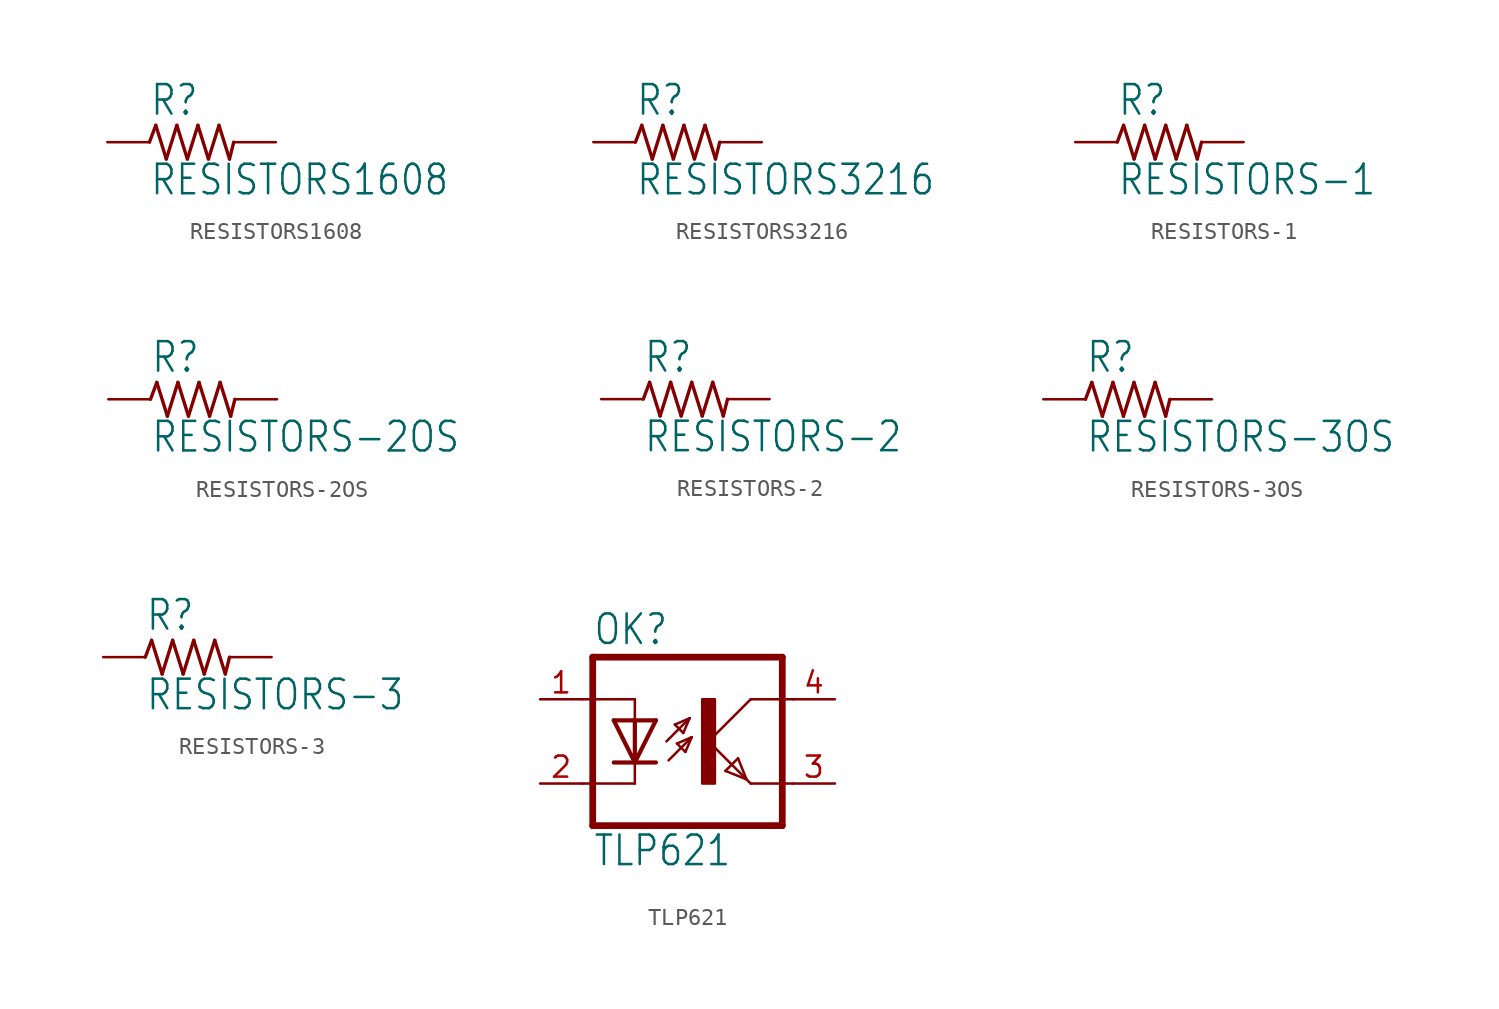
<source format=kicad_sym>
(kicad_symbol_lib
  (version 20211014)
  (generator kicad_symbol_editor)
  (symbol "RESISTORS1608"
    (property "Reference" "R"
      (at -2.54 1.499 0)
      (effects (font (size 1.778 1.511)) (justify left bottom)))
    (property "Value" "RESISTORS1608"
      (at -2.54 -3.302 0)
      (effects (font (size 1.778 1.511)) (justify left bottom)))
    (property "ki_locked" ""
      (at 0 0 0)
      (effects (font (size 1.27 1.27))))
    (symbol "RESISTORS1608_1_0"
      (polyline (pts (xy -2.54 0) (xy -2.159 1.016)) (stroke (width 0.203) (type default) (color 0 0 0 0)) (fill (type none)))
      (polyline (pts (xy -2.159 1.016) (xy -1.524 -1.016)) (stroke (width 0.203) (type default) (color 0 0 0 0)) (fill (type none)))
      (polyline (pts (xy -1.524 -1.016) (xy -0.889 1.016)) (stroke (width 0.203) (type default) (color 0 0 0 0)) (fill (type none)))
      (polyline (pts (xy -0.889 1.016) (xy -0.254 -1.016)) (stroke (width 0.203) (type default) (color 0 0 0 0)) (fill (type none)))
      (polyline (pts (xy -0.254 -1.016) (xy 0.381 1.016)) (stroke (width 0.203) (type default) (color 0 0 0 0)) (fill (type none)))
      (polyline (pts (xy 0.381 1.016) (xy 1.016 -1.016)) (stroke (width 0.203) (type default) (color 0 0 0 0)) (fill (type none)))
      (polyline (pts (xy 1.016 -1.016) (xy 1.651 1.016)) (stroke (width 0.203) (type default) (color 0 0 0 0)) (fill (type none)))
      (polyline (pts (xy 1.651 1.016) (xy 2.286 -1.016)) (stroke (width 0.203) (type default) (color 0 0 0 0)) (fill (type none)))
      (polyline (pts (xy 2.286 -1.016) (xy 2.54 0)) (stroke (width 0.203) (type default) (color 0 0 0 0)) (fill (type none)))
      (pin passive line (at -5.08 0 0) (length 2.54) (name "1" (effects (font (size 0 0)))) (number "P$1" (effects (font (size 0 0)))))
      (pin passive line (at 5.08 0 180) (length 2.54) (name "2" (effects (font (size 0 0)))) (number "P$2" (effects (font (size 0 0)))))))
  (symbol "RESISTORS3216"
    (property "Reference" "R"
      (at -2.54 1.499 0)
      (effects (font (size 1.778 1.511)) (justify left bottom)))
    (property "Value" "RESISTORS3216"
      (at -2.54 -3.302 0)
      (effects (font (size 1.778 1.511)) (justify left bottom)))
    (property "ki_locked" ""
      (at 0 0 0)
      (effects (font (size 1.27 1.27))))
    (symbol "RESISTORS3216_1_0"
      (polyline (pts (xy -2.54 0) (xy -2.159 1.016)) (stroke (width 0.203) (type default) (color 0 0 0 0)) (fill (type none)))
      (polyline (pts (xy -2.159 1.016) (xy -1.524 -1.016)) (stroke (width 0.203) (type default) (color 0 0 0 0)) (fill (type none)))
      (polyline (pts (xy -1.524 -1.016) (xy -0.889 1.016)) (stroke (width 0.203) (type default) (color 0 0 0 0)) (fill (type none)))
      (polyline (pts (xy -0.889 1.016) (xy -0.254 -1.016)) (stroke (width 0.203) (type default) (color 0 0 0 0)) (fill (type none)))
      (polyline (pts (xy -0.254 -1.016) (xy 0.381 1.016)) (stroke (width 0.203) (type default) (color 0 0 0 0)) (fill (type none)))
      (polyline (pts (xy 0.381 1.016) (xy 1.016 -1.016)) (stroke (width 0.203) (type default) (color 0 0 0 0)) (fill (type none)))
      (polyline (pts (xy 1.016 -1.016) (xy 1.651 1.016)) (stroke (width 0.203) (type default) (color 0 0 0 0)) (fill (type none)))
      (polyline (pts (xy 1.651 1.016) (xy 2.286 -1.016)) (stroke (width 0.203) (type default) (color 0 0 0 0)) (fill (type none)))
      (polyline (pts (xy 2.286 -1.016) (xy 2.54 0)) (stroke (width 0.203) (type default) (color 0 0 0 0)) (fill (type none)))
      (pin passive line (at -5.08 0 0) (length 2.54) (name "1" (effects (font (size 0 0)))) (number "1" (effects (font (size 0 0)))))
      (pin passive line (at 5.08 0 180) (length 2.54) (name "2" (effects (font (size 0 0)))) (number "2" (effects (font (size 0 0)))))))
  (symbol "RESISTORS-1"
    (property "Reference" "R"
      (at -2.54 1.499 0)
      (effects (font (size 1.778 1.511)) (justify left bottom)))
    (property "Value" "RESISTORS-1"
      (at -2.54 -3.302 0)
      (effects (font (size 1.778 1.511)) (justify left bottom)))
    (property "ki_locked" ""
      (at 0 0 0)
      (effects (font (size 1.27 1.27))))
    (symbol "RESISTORS-1_1_0"
      (polyline (pts (xy -2.54 0) (xy -2.159 1.016)) (stroke (width 0.203) (type default) (color 0 0 0 0)) (fill (type none)))
      (polyline (pts (xy -2.159 1.016) (xy -1.524 -1.016)) (stroke (width 0.203) (type default) (color 0 0 0 0)) (fill (type none)))
      (polyline (pts (xy -1.524 -1.016) (xy -0.889 1.016)) (stroke (width 0.203) (type default) (color 0 0 0 0)) (fill (type none)))
      (polyline (pts (xy -0.889 1.016) (xy -0.254 -1.016)) (stroke (width 0.203) (type default) (color 0 0 0 0)) (fill (type none)))
      (polyline (pts (xy -0.254 -1.016) (xy 0.381 1.016)) (stroke (width 0.203) (type default) (color 0 0 0 0)) (fill (type none)))
      (polyline (pts (xy 0.381 1.016) (xy 1.016 -1.016)) (stroke (width 0.203) (type default) (color 0 0 0 0)) (fill (type none)))
      (polyline (pts (xy 1.016 -1.016) (xy 1.651 1.016)) (stroke (width 0.203) (type default) (color 0 0 0 0)) (fill (type none)))
      (polyline (pts (xy 1.651 1.016) (xy 2.286 -1.016)) (stroke (width 0.203) (type default) (color 0 0 0 0)) (fill (type none)))
      (polyline (pts (xy 2.286 -1.016) (xy 2.54 0)) (stroke (width 0.203) (type default) (color 0 0 0 0)) (fill (type none)))
      (pin passive line (at -5.08 0 0) (length 2.54) (name "1" (effects (font (size 0 0)))) (number "1" (effects (font (size 0 0)))))
      (pin passive line (at 5.08 0 180) (length 2.54) (name "2" (effects (font (size 0 0)))) (number "2" (effects (font (size 0 0)))))))
  (symbol "RESISTORS-2OS"
    (property "Reference" "R"
      (at -2.54 1.499 0)
      (effects (font (size 1.778 1.511)) (justify left bottom)))
    (property "Value" "RESISTORS-2OS"
      (at -2.54 -3.302 0)
      (effects (font (size 1.778 1.511)) (justify left bottom)))
    (property "ki_locked" ""
      (at 0 0 0)
      (effects (font (size 1.27 1.27))))
    (symbol "RESISTORS-2OS_1_0"
      (polyline (pts (xy -2.54 0) (xy -2.159 1.016)) (stroke (width 0.203) (type default) (color 0 0 0 0)) (fill (type none)))
      (polyline (pts (xy -2.159 1.016) (xy -1.524 -1.016)) (stroke (width 0.203) (type default) (color 0 0 0 0)) (fill (type none)))
      (polyline (pts (xy -1.524 -1.016) (xy -0.889 1.016)) (stroke (width 0.203) (type default) (color 0 0 0 0)) (fill (type none)))
      (polyline (pts (xy -0.889 1.016) (xy -0.254 -1.016)) (stroke (width 0.203) (type default) (color 0 0 0 0)) (fill (type none)))
      (polyline (pts (xy -0.254 -1.016) (xy 0.381 1.016)) (stroke (width 0.203) (type default) (color 0 0 0 0)) (fill (type none)))
      (polyline (pts (xy 0.381 1.016) (xy 1.016 -1.016)) (stroke (width 0.203) (type default) (color 0 0 0 0)) (fill (type none)))
      (polyline (pts (xy 1.016 -1.016) (xy 1.651 1.016)) (stroke (width 0.203) (type default) (color 0 0 0 0)) (fill (type none)))
      (polyline (pts (xy 1.651 1.016) (xy 2.286 -1.016)) (stroke (width 0.203) (type default) (color 0 0 0 0)) (fill (type none)))
      (polyline (pts (xy 2.286 -1.016) (xy 2.54 0)) (stroke (width 0.203) (type default) (color 0 0 0 0)) (fill (type none)))
      (pin passive line (at -5.08 0 0) (length 2.54) (name "1" (effects (font (size 0 0)))) (number "2@" (effects (font (size 0 0)))))
      (pin passive line (at 5.08 0 180) (length 2.54) (name "2" (effects (font (size 0 0)))) (number "2@1" (effects (font (size 0 0)))))))
  (symbol "RESISTORS-2"
    (property "Reference" "R"
      (at -2.54 1.499 0)
      (effects (font (size 1.778 1.511)) (justify left bottom)))
    (property "Value" "RESISTORS-2"
      (at -2.54 -3.302 0)
      (effects (font (size 1.778 1.511)) (justify left bottom)))
    (property "ki_locked" ""
      (at 0 0 0)
      (effects (font (size 1.27 1.27))))
    (symbol "RESISTORS-2_1_0"
      (polyline (pts (xy -2.54 0) (xy -2.159 1.016)) (stroke (width 0.203) (type default) (color 0 0 0 0)) (fill (type none)))
      (polyline (pts (xy -2.159 1.016) (xy -1.524 -1.016)) (stroke (width 0.203) (type default) (color 0 0 0 0)) (fill (type none)))
      (polyline (pts (xy -1.524 -1.016) (xy -0.889 1.016)) (stroke (width 0.203) (type default) (color 0 0 0 0)) (fill (type none)))
      (polyline (pts (xy -0.889 1.016) (xy -0.254 -1.016)) (stroke (width 0.203) (type default) (color 0 0 0 0)) (fill (type none)))
      (polyline (pts (xy -0.254 -1.016) (xy 0.381 1.016)) (stroke (width 0.203) (type default) (color 0 0 0 0)) (fill (type none)))
      (polyline (pts (xy 0.381 1.016) (xy 1.016 -1.016)) (stroke (width 0.203) (type default) (color 0 0 0 0)) (fill (type none)))
      (polyline (pts (xy 1.016 -1.016) (xy 1.651 1.016)) (stroke (width 0.203) (type default) (color 0 0 0 0)) (fill (type none)))
      (polyline (pts (xy 1.651 1.016) (xy 2.286 -1.016)) (stroke (width 0.203) (type default) (color 0 0 0 0)) (fill (type none)))
      (polyline (pts (xy 2.286 -1.016) (xy 2.54 0)) (stroke (width 0.203) (type default) (color 0 0 0 0)) (fill (type none)))
      (pin passive line (at -5.08 0 0) (length 2.54) (name "1" (effects (font (size 0 0)))) (number "1" (effects (font (size 0 0)))))
      (pin passive line (at 5.08 0 180) (length 2.54) (name "2" (effects (font (size 0 0)))) (number "2" (effects (font (size 0 0)))))))
  (symbol "RESISTORS-3OS"
    (property "Reference" "R"
      (at -2.54 1.499 0)
      (effects (font (size 1.778 1.511)) (justify left bottom)))
    (property "Value" "RESISTORS-3OS"
      (at -2.54 -3.302 0)
      (effects (font (size 1.778 1.511)) (justify left bottom)))
    (property "ki_locked" ""
      (at 0 0 0)
      (effects (font (size 1.27 1.27))))
    (symbol "RESISTORS-3OS_1_0"
      (polyline (pts (xy -2.54 0) (xy -2.159 1.016)) (stroke (width 0.203) (type default) (color 0 0 0 0)) (fill (type none)))
      (polyline (pts (xy -2.159 1.016) (xy -1.524 -1.016)) (stroke (width 0.203) (type default) (color 0 0 0 0)) (fill (type none)))
      (polyline (pts (xy -1.524 -1.016) (xy -0.889 1.016)) (stroke (width 0.203) (type default) (color 0 0 0 0)) (fill (type none)))
      (polyline (pts (xy -0.889 1.016) (xy -0.254 -1.016)) (stroke (width 0.203) (type default) (color 0 0 0 0)) (fill (type none)))
      (polyline (pts (xy -0.254 -1.016) (xy 0.381 1.016)) (stroke (width 0.203) (type default) (color 0 0 0 0)) (fill (type none)))
      (polyline (pts (xy 0.381 1.016) (xy 1.016 -1.016)) (stroke (width 0.203) (type default) (color 0 0 0 0)) (fill (type none)))
      (polyline (pts (xy 1.016 -1.016) (xy 1.651 1.016)) (stroke (width 0.203) (type default) (color 0 0 0 0)) (fill (type none)))
      (polyline (pts (xy 1.651 1.016) (xy 2.286 -1.016)) (stroke (width 0.203) (type default) (color 0 0 0 0)) (fill (type none)))
      (polyline (pts (xy 2.286 -1.016) (xy 2.54 0)) (stroke (width 0.203) (type default) (color 0 0 0 0)) (fill (type none)))
      (pin passive line (at -5.08 0 0) (length 2.54) (name "1" (effects (font (size 0 0)))) (number "1" (effects (font (size 0 0)))))
      (pin passive line (at 5.08 0 180) (length 2.54) (name "2" (effects (font (size 0 0)))) (number "2" (effects (font (size 0 0)))))))
  (symbol "RESISTORS-3"
    (property "Reference" "R"
      (at -2.54 1.499 0)
      (effects (font (size 1.778 1.511)) (justify left bottom)))
    (property "Value" "RESISTORS-3"
      (at -2.54 -3.302 0)
      (effects (font (size 1.778 1.511)) (justify left bottom)))
    (property "ki_locked" ""
      (at 0 0 0)
      (effects (font (size 1.27 1.27))))
    (symbol "RESISTORS-3_1_0"
      (polyline (pts (xy -2.54 0) (xy -2.159 1.016)) (stroke (width 0.203) (type default) (color 0 0 0 0)) (fill (type none)))
      (polyline (pts (xy -2.159 1.016) (xy -1.524 -1.016)) (stroke (width 0.203) (type default) (color 0 0 0 0)) (fill (type none)))
      (polyline (pts (xy -1.524 -1.016) (xy -0.889 1.016)) (stroke (width 0.203) (type default) (color 0 0 0 0)) (fill (type none)))
      (polyline (pts (xy -0.889 1.016) (xy -0.254 -1.016)) (stroke (width 0.203) (type default) (color 0 0 0 0)) (fill (type none)))
      (polyline (pts (xy -0.254 -1.016) (xy 0.381 1.016)) (stroke (width 0.203) (type default) (color 0 0 0 0)) (fill (type none)))
      (polyline (pts (xy 0.381 1.016) (xy 1.016 -1.016)) (stroke (width 0.203) (type default) (color 0 0 0 0)) (fill (type none)))
      (polyline (pts (xy 1.016 -1.016) (xy 1.651 1.016)) (stroke (width 0.203) (type default) (color 0 0 0 0)) (fill (type none)))
      (polyline (pts (xy 1.651 1.016) (xy 2.286 -1.016)) (stroke (width 0.203) (type default) (color 0 0 0 0)) (fill (type none)))
      (polyline (pts (xy 2.286 -1.016) (xy 2.54 0)) (stroke (width 0.203) (type default) (color 0 0 0 0)) (fill (type none)))
      (pin passive line (at -5.08 0 0) (length 2.54) (name "1" (effects (font (size 0 0)))) (number "1" (effects (font (size 0 0)))))
      (pin passive line (at 5.08 0 180) (length 2.54) (name "2" (effects (font (size 0 0)))) (number "2" (effects (font (size 0 0)))))))
  (symbol "TLP621"
    (property "Reference" "OK"
      (at -6.985 5.715 0)
      (effects (font (size 1.778 1.511)) (justify left bottom)))
    (property "Value" "TLP621"
      (at -6.985 -7.62 0)
      (effects (font (size 1.778 1.511)) (justify left bottom)))
    (property "ki_locked" ""
      (at 0 0 0)
      (effects (font (size 1.27 1.27))))
    (symbol "TLP621_1_0"
      (rectangle (start -0.381 -2.54) (end 0.381 2.54) (stroke (width 0) (type default) (color 0 0 0 0)) (fill (type outline)))
      (polyline (pts (xy -6.985 -5.08) (xy 4.445 -5.08)) (stroke (width 0.406) (type default) (color 0 0 0 0)) (fill (type none)))
      (polyline (pts (xy -6.985 5.08) (xy -6.985 -5.08)) (stroke (width 0.406) (type default) (color 0 0 0 0)) (fill (type none)))
      (polyline (pts (xy -6.985 5.08) (xy 4.445 5.08)) (stroke (width 0.406) (type default) (color 0 0 0 0)) (fill (type none)))
      (polyline (pts (xy -4.445 -2.54) (xy -7.62 -2.54)) (stroke (width 0.152) (type default) (color 0 0 0 0)) (fill (type none)))
      (polyline (pts (xy -4.445 -1.27) (xy -5.715 -1.27)) (stroke (width 0.254) (type default) (color 0 0 0 0)) (fill (type none)))
      (polyline (pts (xy -4.445 -1.27) (xy -5.715 1.27)) (stroke (width 0.254) (type default) (color 0 0 0 0)) (fill (type none)))
      (polyline (pts (xy -4.445 -1.27) (xy -4.445 -2.54)) (stroke (width 0.152) (type default) (color 0 0 0 0)) (fill (type none)))
      (polyline (pts (xy -4.445 1.27) (xy -5.715 1.27)) (stroke (width 0.254) (type default) (color 0 0 0 0)) (fill (type none)))
      (polyline (pts (xy -4.445 1.27) (xy -4.445 -1.27)) (stroke (width 0.254) (type default) (color 0 0 0 0)) (fill (type none)))
      (polyline (pts (xy -4.445 2.54) (xy -7.62 2.54)) (stroke (width 0.152) (type default) (color 0 0 0 0)) (fill (type none)))
      (polyline (pts (xy -4.445 2.54) (xy -4.445 1.27)) (stroke (width 0.152) (type default) (color 0 0 0 0)) (fill (type none)))
      (polyline (pts (xy -3.175 -1.27) (xy -4.445 -1.27)) (stroke (width 0.254) (type default) (color 0 0 0 0)) (fill (type none)))
      (polyline (pts (xy -3.175 1.27) (xy -4.445 -1.27)) (stroke (width 0.254) (type default) (color 0 0 0 0)) (fill (type none)))
      (polyline (pts (xy -3.175 1.27) (xy -4.445 1.27)) (stroke (width 0.254) (type default) (color 0 0 0 0)) (fill (type none)))
      (polyline (pts (xy -2.54 0) (xy -1.143 1.397)) (stroke (width 0.152) (type default) (color 0 0 0 0)) (fill (type none)))
      (polyline (pts (xy -2.413 -1.143) (xy -1.016 0.254)) (stroke (width 0.152) (type default) (color 0 0 0 0)) (fill (type none)))
      (polyline (pts (xy -2.032 1.016) (xy -1.524 0.508)) (stroke (width 0.152) (type default) (color 0 0 0 0)) (fill (type none)))
      (polyline (pts (xy -1.905 -0.127) (xy -1.397 -0.635)) (stroke (width 0.152) (type default) (color 0 0 0 0)) (fill (type none)))
      (polyline (pts (xy -1.524 0.508) (xy -1.143 1.397)) (stroke (width 0.152) (type default) (color 0 0 0 0)) (fill (type none)))
      (polyline (pts (xy -1.397 -0.635) (xy -1.016 0.254)) (stroke (width 0.152) (type default) (color 0 0 0 0)) (fill (type none)))
      (polyline (pts (xy -1.143 1.397) (xy -2.032 1.016)) (stroke (width 0.152) (type default) (color 0 0 0 0)) (fill (type none)))
      (polyline (pts (xy -1.016 0.254) (xy -1.905 -0.127)) (stroke (width 0.152) (type default) (color 0 0 0 0)) (fill (type none)))
      (polyline (pts (xy 0 0) (xy 2.286 -2.286)) (stroke (width 0.152) (type default) (color 0 0 0 0)) (fill (type none)))
      (polyline (pts (xy 1.016 -1.778) (xy 1.778 -1.016)) (stroke (width 0.152) (type default) (color 0 0 0 0)) (fill (type none)))
      (polyline (pts (xy 1.778 -1.016) (xy 2.286 -2.286)) (stroke (width 0.152) (type default) (color 0 0 0 0)) (fill (type none)))
      (polyline (pts (xy 2.286 -2.286) (xy 1.016 -1.778)) (stroke (width 0.152) (type default) (color 0 0 0 0)) (fill (type none)))
      (polyline (pts (xy 2.286 -2.286) (xy 2.54 -2.54)) (stroke (width 0.152) (type default) (color 0 0 0 0)) (fill (type none)))
      (polyline (pts (xy 2.54 -2.54) (xy 5.08 -2.54)) (stroke (width 0.152) (type default) (color 0 0 0 0)) (fill (type none)))
      (polyline (pts (xy 2.54 2.54) (xy 0 0)) (stroke (width 0.152) (type default) (color 0 0 0 0)) (fill (type none)))
      (polyline (pts (xy 2.54 2.54) (xy 5.08 2.54)) (stroke (width 0.152) (type default) (color 0 0 0 0)) (fill (type none)))
      (polyline (pts (xy 4.445 5.08) (xy 4.445 -5.08)) (stroke (width 0.406) (type default) (color 0 0 0 0)) (fill (type none)))
      (pin passive line (at -10.16 2.54 0) (length 2.54) (name "A" (effects (font (size 0 0)))) (number "1" (effects (font (size 1.27 1.27)))))
      (pin passive line (at -10.16 -2.54 0) (length 2.54) (name "C" (effects (font (size 0 0)))) (number "2" (effects (font (size 1.27 1.27)))))
      (pin passive line (at 7.62 -2.54 180) (length 2.54) (name "EMIT" (effects (font (size 0 0)))) (number "3" (effects (font (size 1.27 1.27)))))
      (pin passive line (at 7.62 2.54 180) (length 2.54) (name "COL" (effects (font (size 0 0)))) (number "4" (effects (font (size 1.27 1.27))))))))
</source>
